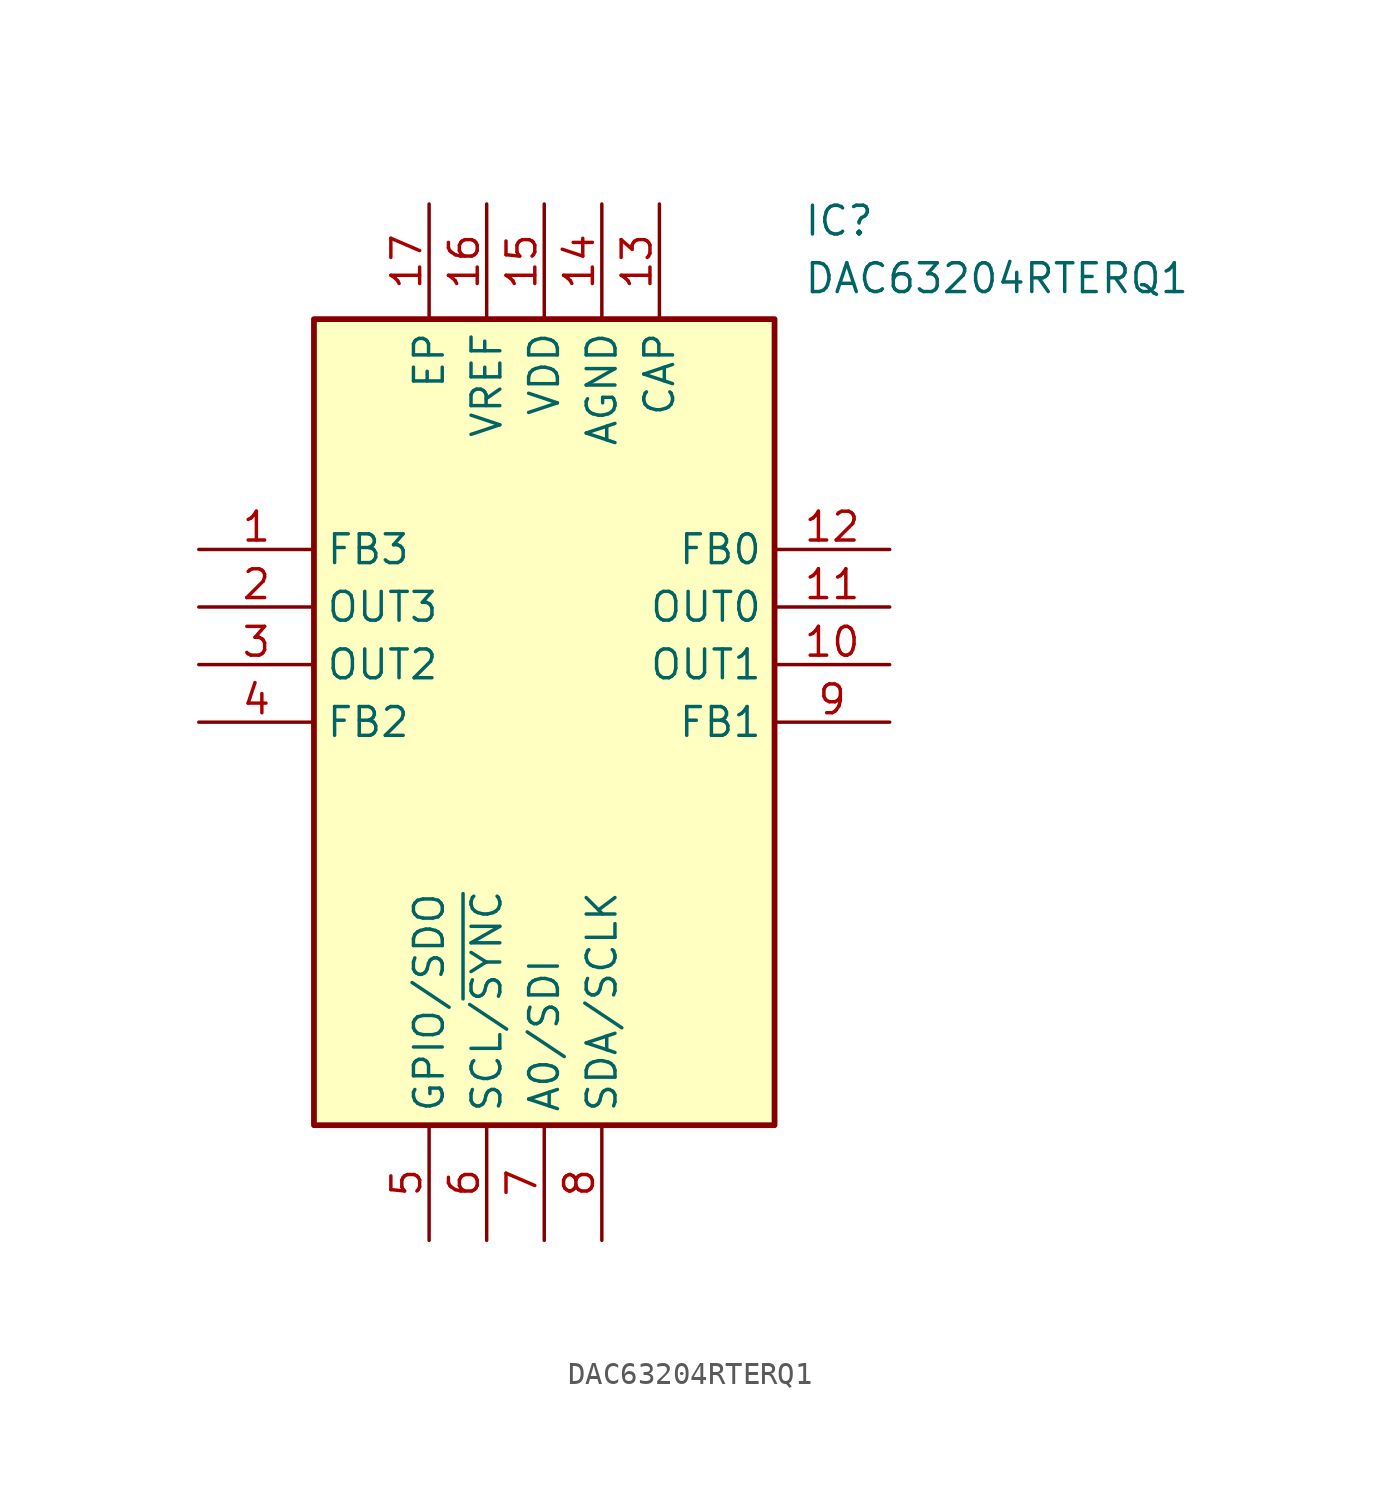
<source format=kicad_sym>
(kicad_symbol_lib
  (version 20211014)
  (generator SamacSys_ECAD_Model)
  (symbol "DAC63204RTERQ1"
    (property "Reference" "IC"
      (at 26.67 15.24 0)
      (effects (font (size 1.27 1.27)) (justify left top)))
    (property "Value" "DAC63204RTERQ1"
      (at 26.67 12.7 0)
      (effects (font (size 1.27 1.27)) (justify left top)))
    (rectangle
      (start 5.08 10.16)
      (end 25.4 -25.4)
      (stroke (width 0.254) (type default))
      (fill (type background)))
    (pin passive line
      (at 0 0 0)
      (length 5.08)
      (name "FB3" (effects (font (size 1.27 1.27))))
      (number "1" (effects (font (size 1.27 1.27)))))
    (pin passive line
      (at 0 -2.54 0)
      (length 5.08)
      (name "OUT3" (effects (font (size 1.27 1.27))))
      (number "2" (effects (font (size 1.27 1.27)))))
    (pin passive line
      (at 0 -5.08 0)
      (length 5.08)
      (name "OUT2" (effects (font (size 1.27 1.27))))
      (number "3" (effects (font (size 1.27 1.27)))))
    (pin passive line
      (at 0 -7.62 0)
      (length 5.08)
      (name "FB2" (effects (font (size 1.27 1.27))))
      (number "4" (effects (font (size 1.27 1.27)))))
    (pin passive line
      (at 10.16 -30.48 90)
      (length 5.08)
      (name "GPIO/SDO" (effects (font (size 1.27 1.27))))
      (number "5" (effects (font (size 1.27 1.27)))))
    (pin passive line
      (at 12.7 -30.48 90)
      (length 5.08)
      (name "SCL/~{SYNC}" (effects (font (size 1.27 1.27))))
      (number "6" (effects (font (size 1.27 1.27)))))
    (pin passive line
      (at 15.24 -30.48 90)
      (length 5.08)
      (name "A0/SDI" (effects (font (size 1.27 1.27))))
      (number "7" (effects (font (size 1.27 1.27)))))
    (pin passive line
      (at 17.78 -30.48 90)
      (length 5.08)
      (name "SDA/SCLK" (effects (font (size 1.27 1.27))))
      (number "8" (effects (font (size 1.27 1.27)))))
    (pin passive line
      (at 30.48 0 180)
      (length 5.08)
      (name "FB0" (effects (font (size 1.27 1.27))))
      (number "12" (effects (font (size 1.27 1.27)))))
    (pin passive line
      (at 30.48 -2.54 180)
      (length 5.08)
      (name "OUT0" (effects (font (size 1.27 1.27))))
      (number "11" (effects (font (size 1.27 1.27)))))
    (pin passive line
      (at 30.48 -5.08 180)
      (length 5.08)
      (name "OUT1" (effects (font (size 1.27 1.27))))
      (number "10" (effects (font (size 1.27 1.27)))))
    (pin passive line
      (at 30.48 -7.62 180)
      (length 5.08)
      (name "FB1" (effects (font (size 1.27 1.27))))
      (number "9" (effects (font (size 1.27 1.27)))))
    (pin passive line
      (at 10.16 15.24 270)
      (length 5.08)
      (name "EP" (effects (font (size 1.27 1.27))))
      (number "17" (effects (font (size 1.27 1.27)))))
    (pin passive line
      (at 12.7 15.24 270)
      (length 5.08)
      (name "VREF" (effects (font (size 1.27 1.27))))
      (number "16" (effects (font (size 1.27 1.27)))))
    (pin passive line
      (at 15.24 15.24 270)
      (length 5.08)
      (name "VDD" (effects (font (size 1.27 1.27))))
      (number "15" (effects (font (size 1.27 1.27)))))
    (pin passive line
      (at 17.78 15.24 270)
      (length 5.08)
      (name "AGND" (effects (font (size 1.27 1.27))))
      (number "14" (effects (font (size 1.27 1.27)))))
    (pin passive line
      (at 20.32 15.24 270)
      (length 5.08)
      (name "CAP" (effects (font (size 1.27 1.27))))
      (number "13" (effects (font (size 1.27 1.27)))))))
</source>
